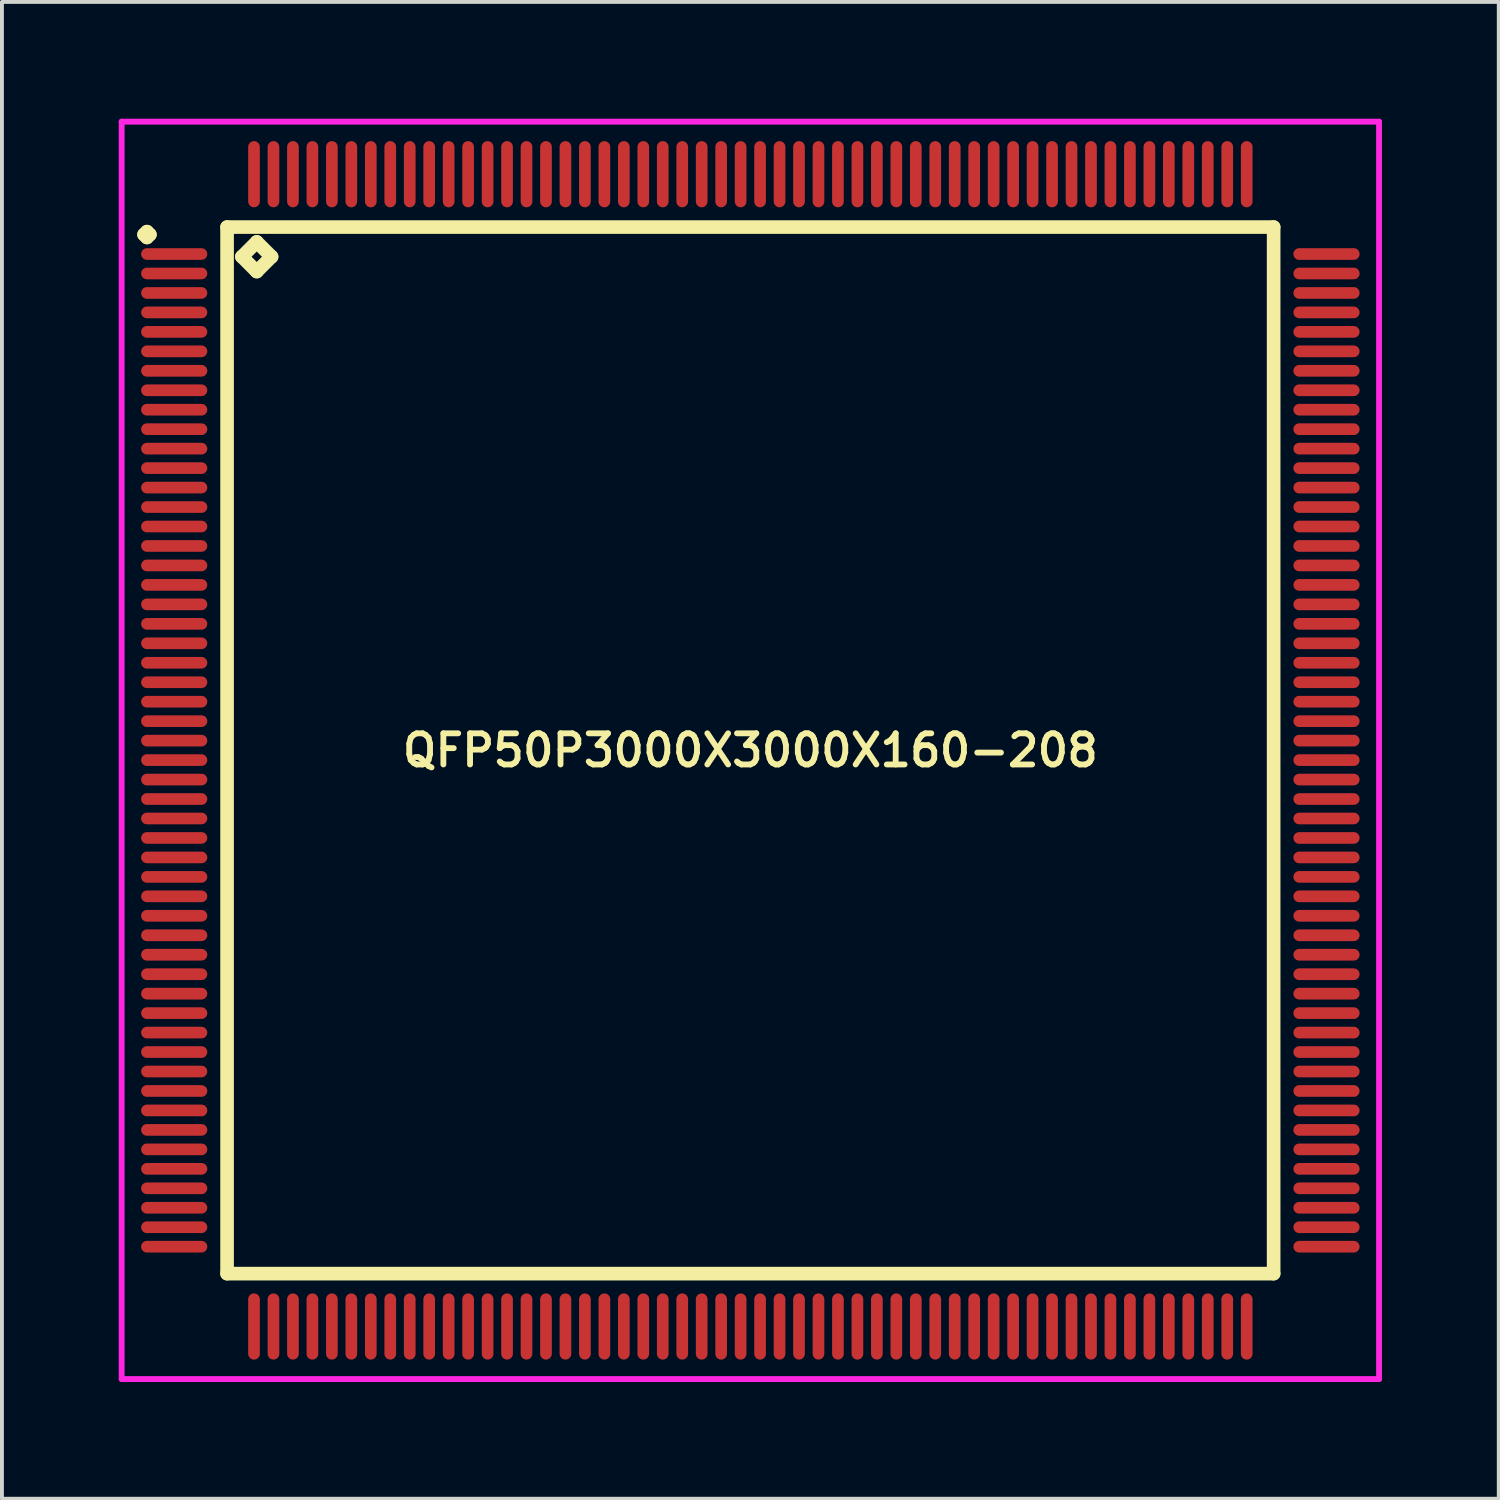
<source format=kicad_pcb>
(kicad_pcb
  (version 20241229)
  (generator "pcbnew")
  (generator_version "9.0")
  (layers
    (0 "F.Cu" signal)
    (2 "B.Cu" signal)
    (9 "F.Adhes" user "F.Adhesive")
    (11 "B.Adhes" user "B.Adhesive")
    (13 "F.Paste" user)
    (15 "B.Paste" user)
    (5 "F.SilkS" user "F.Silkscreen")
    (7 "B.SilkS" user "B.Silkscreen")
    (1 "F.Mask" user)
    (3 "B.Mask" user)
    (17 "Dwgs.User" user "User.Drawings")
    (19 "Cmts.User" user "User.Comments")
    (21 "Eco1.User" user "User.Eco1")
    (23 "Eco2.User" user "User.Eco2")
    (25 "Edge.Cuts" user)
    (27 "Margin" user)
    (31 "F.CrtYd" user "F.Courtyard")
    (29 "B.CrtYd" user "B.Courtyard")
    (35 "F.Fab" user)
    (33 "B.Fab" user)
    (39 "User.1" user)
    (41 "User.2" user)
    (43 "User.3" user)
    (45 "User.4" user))
  (footprint "QFP50P3000X3000X160-208"
    (layer "F.Cu")
    (at 16.225 16.225)
    (property "Reference" "QFP50P3000X3000X160-208" (at 0 0 0) (layer "F.SilkS") (effects (font (size 0.8 0.8) (thickness 0.15))))
    (attr through_hole)
    (fp_line (start -15.575 -13.25) (end -15.5 -13.325) (stroke (width 0.35) (type solid)) (layer "F.SilkS"))
    (fp_line (start -15.5 -13.325) (end -15.425 -13.25) (stroke (width 0.35) (type solid)) (layer "F.SilkS"))
    (fp_line (start -15.5 -13.175) (end -15.575 -13.25) (stroke (width 0.35) (type solid)) (layer "F.SilkS"))
    (fp_line (start -15.425 -13.25) (end -15.5 -13.175) (stroke (width 0.35) (type solid)) (layer "F.SilkS"))
    (fp_line (start -13.442 -13.442) (end -13.442 13.442) (stroke (width 0.35) (type solid)) (layer "F.SilkS"))
    (fp_line (start -13.442 13.442) (end 13.442 13.442) (stroke (width 0.35) (type solid)) (layer "F.SilkS"))
    (fp_line (start -13.061 -12.68) (end -12.68 -13.061) (stroke (width 0.35) (type solid)) (layer "F.SilkS"))
    (fp_line (start -12.68 -13.061) (end -12.299 -12.68) (stroke (width 0.35) (type solid)) (layer "F.SilkS"))
    (fp_line (start -12.68 -12.299) (end -13.061 -12.68) (stroke (width 0.35) (type solid)) (layer "F.SilkS"))
    (fp_line (start -12.299 -12.68) (end -12.68 -12.299) (stroke (width 0.35) (type solid)) (layer "F.SilkS"))
    (fp_line (start 13.442 -13.442) (end -13.442 -13.442) (stroke (width 0.35) (type solid)) (layer "F.SilkS"))
    (fp_line (start 13.442 13.442) (end 13.442 -13.442) (stroke (width 0.35) (type solid)) (layer "F.SilkS"))
    (fp_line (start -16.15 -16.15) (end 16.15 -16.15) (stroke (width 0.15) (type solid)) (layer "F.CrtYd"))
    (fp_line (start -16.15 16.15) (end -16.15 -16.15) (stroke (width 0.15) (type solid)) (layer "F.CrtYd"))
    (fp_line (start 16.15 -16.15) (end 16.15 16.15) (stroke (width 0.15) (type solid)) (layer "F.CrtYd"))
    (fp_line (start 16.15 16.15) (end -16.15 16.15) (stroke (width 0.15) (type solid)) (layer "F.CrtYd"))
    (pad "1" smd oval (at -14.8 -12.75) (size 1.7 0.3) (layers "F.Cu" "F.Mask" "F.Paste"))
    (pad "2" smd oval (at -14.8 -12.25) (size 1.7 0.3) (layers "F.Cu" "F.Mask" "F.Paste"))
    (pad "3" smd oval (at -14.8 -11.75) (size 1.7 0.3) (layers "F.Cu" "F.Mask" "F.Paste"))
    (pad "4" smd oval (at -14.8 -11.25) (size 1.7 0.3) (layers "F.Cu" "F.Mask" "F.Paste"))
    (pad "5" smd oval (at -14.8 -10.75) (size 1.7 0.3) (layers "F.Cu" "F.Mask" "F.Paste"))
    (pad "6" smd oval (at -14.8 -10.25) (size 1.7 0.3) (layers "F.Cu" "F.Mask" "F.Paste"))
    (pad "7" smd oval (at -14.8 -9.75) (size 1.7 0.3) (layers "F.Cu" "F.Mask" "F.Paste"))
    (pad "8" smd oval (at -14.8 -9.25) (size 1.7 0.3) (layers "F.Cu" "F.Mask" "F.Paste"))
    (pad "9" smd oval (at -14.8 -8.75) (size 1.7 0.3) (layers "F.Cu" "F.Mask" "F.Paste"))
    (pad "10" smd oval (at -14.8 -8.25) (size 1.7 0.3) (layers "F.Cu" "F.Mask" "F.Paste"))
    (pad "11" smd oval (at -14.8 -7.75) (size 1.7 0.3) (layers "F.Cu" "F.Mask" "F.Paste"))
    (pad "12" smd oval (at -14.8 -7.25) (size 1.7 0.3) (layers "F.Cu" "F.Mask" "F.Paste"))
    (pad "13" smd oval (at -14.8 -6.75) (size 1.7 0.3) (layers "F.Cu" "F.Mask" "F.Paste"))
    (pad "14" smd oval (at -14.8 -6.25) (size 1.7 0.3) (layers "F.Cu" "F.Mask" "F.Paste"))
    (pad "15" smd oval (at -14.8 -5.75) (size 1.7 0.3) (layers "F.Cu" "F.Mask" "F.Paste"))
    (pad "16" smd oval (at -14.8 -5.25) (size 1.7 0.3) (layers "F.Cu" "F.Mask" "F.Paste"))
    (pad "17" smd oval (at -14.8 -4.75) (size 1.7 0.3) (layers "F.Cu" "F.Mask" "F.Paste"))
    (pad "18" smd oval (at -14.8 -4.25) (size 1.7 0.3) (layers "F.Cu" "F.Mask" "F.Paste"))
    (pad "19" smd oval (at -14.8 -3.75) (size 1.7 0.3) (layers "F.Cu" "F.Mask" "F.Paste"))
    (pad "20" smd oval (at -14.8 -3.25) (size 1.7 0.3) (layers "F.Cu" "F.Mask" "F.Paste"))
    (pad "21" smd oval (at -14.8 -2.75) (size 1.7 0.3) (layers "F.Cu" "F.Mask" "F.Paste"))
    (pad "22" smd oval (at -14.8 -2.25) (size 1.7 0.3) (layers "F.Cu" "F.Mask" "F.Paste"))
    (pad "23" smd oval (at -14.8 -1.75) (size 1.7 0.3) (layers "F.Cu" "F.Mask" "F.Paste"))
    (pad "24" smd oval (at -14.8 -1.25) (size 1.7 0.3) (layers "F.Cu" "F.Mask" "F.Paste"))
    (pad "25" smd oval (at -14.8 -0.75) (size 1.7 0.3) (layers "F.Cu" "F.Mask" "F.Paste"))
    (pad "26" smd oval (at -14.8 -0.25) (size 1.7 0.3) (layers "F.Cu" "F.Mask" "F.Paste"))
    (pad "27" smd oval (at -14.8 0.25) (size 1.7 0.3) (layers "F.Cu" "F.Mask" "F.Paste"))
    (pad "28" smd oval (at -14.8 0.75) (size 1.7 0.3) (layers "F.Cu" "F.Mask" "F.Paste"))
    (pad "29" smd oval (at -14.8 1.25) (size 1.7 0.3) (layers "F.Cu" "F.Mask" "F.Paste"))
    (pad "30" smd oval (at -14.8 1.75) (size 1.7 0.3) (layers "F.Cu" "F.Mask" "F.Paste"))
    (pad "31" smd oval (at -14.8 2.25) (size 1.7 0.3) (layers "F.Cu" "F.Mask" "F.Paste"))
    (pad "32" smd oval (at -14.8 2.75) (size 1.7 0.3) (layers "F.Cu" "F.Mask" "F.Paste"))
    (pad "33" smd oval (at -14.8 3.25) (size 1.7 0.3) (layers "F.Cu" "F.Mask" "F.Paste"))
    (pad "34" smd oval (at -14.8 3.75) (size 1.7 0.3) (layers "F.Cu" "F.Mask" "F.Paste"))
    (pad "35" smd oval (at -14.8 4.25) (size 1.7 0.3) (layers "F.Cu" "F.Mask" "F.Paste"))
    (pad "36" smd oval (at -14.8 4.75) (size 1.7 0.3) (layers "F.Cu" "F.Mask" "F.Paste"))
    (pad "37" smd oval (at -14.8 5.25) (size 1.7 0.3) (layers "F.Cu" "F.Mask" "F.Paste"))
    (pad "38" smd oval (at -14.8 5.75) (size 1.7 0.3) (layers "F.Cu" "F.Mask" "F.Paste"))
    (pad "39" smd oval (at -14.8 6.25) (size 1.7 0.3) (layers "F.Cu" "F.Mask" "F.Paste"))
    (pad "40" smd oval (at -14.8 6.75) (size 1.7 0.3) (layers "F.Cu" "F.Mask" "F.Paste"))
    (pad "41" smd oval (at -14.8 7.25) (size 1.7 0.3) (layers "F.Cu" "F.Mask" "F.Paste"))
    (pad "42" smd oval (at -14.8 7.75) (size 1.7 0.3) (layers "F.Cu" "F.Mask" "F.Paste"))
    (pad "43" smd oval (at -14.8 8.25) (size 1.7 0.3) (layers "F.Cu" "F.Mask" "F.Paste"))
    (pad "44" smd oval (at -14.8 8.75) (size 1.7 0.3) (layers "F.Cu" "F.Mask" "F.Paste"))
    (pad "45" smd oval (at -14.8 9.25) (size 1.7 0.3) (layers "F.Cu" "F.Mask" "F.Paste"))
    (pad "46" smd oval (at -14.8 9.75) (size 1.7 0.3) (layers "F.Cu" "F.Mask" "F.Paste"))
    (pad "47" smd oval (at -14.8 10.25) (size 1.7 0.3) (layers "F.Cu" "F.Mask" "F.Paste"))
    (pad "48" smd oval (at -14.8 10.75) (size 1.7 0.3) (layers "F.Cu" "F.Mask" "F.Paste"))
    (pad "49" smd oval (at -14.8 11.25) (size 1.7 0.3) (layers "F.Cu" "F.Mask" "F.Paste"))
    (pad "50" smd oval (at -14.8 11.75) (size 1.7 0.3) (layers "F.Cu" "F.Mask" "F.Paste"))
    (pad "51" smd oval (at -14.8 12.25) (size 1.7 0.3) (layers "F.Cu" "F.Mask" "F.Paste"))
    (pad "52" smd oval (at -14.8 12.75) (size 1.7 0.3) (layers "F.Cu" "F.Mask" "F.Paste"))
    (pad "53" smd oval (at -12.75 14.8) (size 0.3 1.7) (layers "F.Cu" "F.Mask" "F.Paste"))
    (pad "54" smd oval (at -12.25 14.8) (size 0.3 1.7) (layers "F.Cu" "F.Mask" "F.Paste"))
    (pad "55" smd oval (at -11.75 14.8) (size 0.3 1.7) (layers "F.Cu" "F.Mask" "F.Paste"))
    (pad "56" smd oval (at -11.25 14.8) (size 0.3 1.7) (layers "F.Cu" "F.Mask" "F.Paste"))
    (pad "57" smd oval (at -10.75 14.8) (size 0.3 1.7) (layers "F.Cu" "F.Mask" "F.Paste"))
    (pad "58" smd oval (at -10.25 14.8) (size 0.3 1.7) (layers "F.Cu" "F.Mask" "F.Paste"))
    (pad "59" smd oval (at -9.75 14.8) (size 0.3 1.7) (layers "F.Cu" "F.Mask" "F.Paste"))
    (pad "60" smd oval (at -9.25 14.8) (size 0.3 1.7) (layers "F.Cu" "F.Mask" "F.Paste"))
    (pad "61" smd oval (at -8.75 14.8) (size 0.3 1.7) (layers "F.Cu" "F.Mask" "F.Paste"))
    (pad "62" smd oval (at -8.25 14.8) (size 0.3 1.7) (layers "F.Cu" "F.Mask" "F.Paste"))
    (pad "63" smd oval (at -7.75 14.8) (size 0.3 1.7) (layers "F.Cu" "F.Mask" "F.Paste"))
    (pad "64" smd oval (at -7.25 14.8) (size 0.3 1.7) (layers "F.Cu" "F.Mask" "F.Paste"))
    (pad "65" smd oval (at -6.75 14.8) (size 0.3 1.7) (layers "F.Cu" "F.Mask" "F.Paste"))
    (pad "66" smd oval (at -6.25 14.8) (size 0.3 1.7) (layers "F.Cu" "F.Mask" "F.Paste"))
    (pad "67" smd oval (at -5.75 14.8) (size 0.3 1.7) (layers "F.Cu" "F.Mask" "F.Paste"))
    (pad "68" smd oval (at -5.25 14.8) (size 0.3 1.7) (layers "F.Cu" "F.Mask" "F.Paste"))
    (pad "69" smd oval (at -4.75 14.8) (size 0.3 1.7) (layers "F.Cu" "F.Mask" "F.Paste"))
    (pad "70" smd oval (at -4.25 14.8) (size 0.3 1.7) (layers "F.Cu" "F.Mask" "F.Paste"))
    (pad "71" smd oval (at -3.75 14.8) (size 0.3 1.7) (layers "F.Cu" "F.Mask" "F.Paste"))
    (pad "72" smd oval (at -3.25 14.8) (size 0.3 1.7) (layers "F.Cu" "F.Mask" "F.Paste"))
    (pad "73" smd oval (at -2.75 14.8) (size 0.3 1.7) (layers "F.Cu" "F.Mask" "F.Paste"))
    (pad "74" smd oval (at -2.25 14.8) (size 0.3 1.7) (layers "F.Cu" "F.Mask" "F.Paste"))
    (pad "75" smd oval (at -1.75 14.8) (size 0.3 1.7) (layers "F.Cu" "F.Mask" "F.Paste"))
    (pad "76" smd oval (at -1.25 14.8) (size 0.3 1.7) (layers "F.Cu" "F.Mask" "F.Paste"))
    (pad "77" smd oval (at -0.75 14.8) (size 0.3 1.7) (layers "F.Cu" "F.Mask" "F.Paste"))
    (pad "78" smd oval (at -0.25 14.8) (size 0.3 1.7) (layers "F.Cu" "F.Mask" "F.Paste"))
    (pad "79" smd oval (at 0.25 14.8) (size 0.3 1.7) (layers "F.Cu" "F.Mask" "F.Paste"))
    (pad "80" smd oval (at 0.75 14.8) (size 0.3 1.7) (layers "F.Cu" "F.Mask" "F.Paste"))
    (pad "81" smd oval (at 1.25 14.8) (size 0.3 1.7) (layers "F.Cu" "F.Mask" "F.Paste"))
    (pad "82" smd oval (at 1.75 14.8) (size 0.3 1.7) (layers "F.Cu" "F.Mask" "F.Paste"))
    (pad "83" smd oval (at 2.25 14.8) (size 0.3 1.7) (layers "F.Cu" "F.Mask" "F.Paste"))
    (pad "84" smd oval (at 2.75 14.8) (size 0.3 1.7) (layers "F.Cu" "F.Mask" "F.Paste"))
    (pad "85" smd oval (at 3.25 14.8) (size 0.3 1.7) (layers "F.Cu" "F.Mask" "F.Paste"))
    (pad "86" smd oval (at 3.75 14.8) (size 0.3 1.7) (layers "F.Cu" "F.Mask" "F.Paste"))
    (pad "87" smd oval (at 4.25 14.8) (size 0.3 1.7) (layers "F.Cu" "F.Mask" "F.Paste"))
    (pad "88" smd oval (at 4.75 14.8) (size 0.3 1.7) (layers "F.Cu" "F.Mask" "F.Paste"))
    (pad "89" smd oval (at 5.25 14.8) (size 0.3 1.7) (layers "F.Cu" "F.Mask" "F.Paste"))
    (pad "90" smd oval (at 5.75 14.8) (size 0.3 1.7) (layers "F.Cu" "F.Mask" "F.Paste"))
    (pad "91" smd oval (at 6.25 14.8) (size 0.3 1.7) (layers "F.Cu" "F.Mask" "F.Paste"))
    (pad "92" smd oval (at 6.75 14.8) (size 0.3 1.7) (layers "F.Cu" "F.Mask" "F.Paste"))
    (pad "93" smd oval (at 7.25 14.8) (size 0.3 1.7) (layers "F.Cu" "F.Mask" "F.Paste"))
    (pad "94" smd oval (at 7.75 14.8) (size 0.3 1.7) (layers "F.Cu" "F.Mask" "F.Paste"))
    (pad "95" smd oval (at 8.25 14.8) (size 0.3 1.7) (layers "F.Cu" "F.Mask" "F.Paste"))
    (pad "96" smd oval (at 8.75 14.8) (size 0.3 1.7) (layers "F.Cu" "F.Mask" "F.Paste"))
    (pad "97" smd oval (at 9.25 14.8) (size 0.3 1.7) (layers "F.Cu" "F.Mask" "F.Paste"))
    (pad "98" smd oval (at 9.75 14.8) (size 0.3 1.7) (layers "F.Cu" "F.Mask" "F.Paste"))
    (pad "99" smd oval (at 10.25 14.8) (size 0.3 1.7) (layers "F.Cu" "F.Mask" "F.Paste"))
    (pad "100" smd oval (at 10.75 14.8) (size 0.3 1.7) (layers "F.Cu" "F.Mask" "F.Paste"))
    (pad "101" smd oval (at 11.25 14.8) (size 0.3 1.7) (layers "F.Cu" "F.Mask" "F.Paste"))
    (pad "102" smd oval (at 11.75 14.8) (size 0.3 1.7) (layers "F.Cu" "F.Mask" "F.Paste"))
    (pad "103" smd oval (at 12.25 14.8) (size 0.3 1.7) (layers "F.Cu" "F.Mask" "F.Paste"))
    (pad "104" smd oval (at 12.75 14.8) (size 0.3 1.7) (layers "F.Cu" "F.Mask" "F.Paste"))
    (pad "105" smd oval (at 14.8 12.75) (size 1.7 0.3) (layers "F.Cu" "F.Mask" "F.Paste"))
    (pad "106" smd oval (at 14.8 12.25) (size 1.7 0.3) (layers "F.Cu" "F.Mask" "F.Paste"))
    (pad "107" smd oval (at 14.8 11.75) (size 1.7 0.3) (layers "F.Cu" "F.Mask" "F.Paste"))
    (pad "108" smd oval (at 14.8 11.25) (size 1.7 0.3) (layers "F.Cu" "F.Mask" "F.Paste"))
    (pad "109" smd oval (at 14.8 10.75) (size 1.7 0.3) (layers "F.Cu" "F.Mask" "F.Paste"))
    (pad "110" smd oval (at 14.8 10.25) (size 1.7 0.3) (layers "F.Cu" "F.Mask" "F.Paste"))
    (pad "111" smd oval (at 14.8 9.75) (size 1.7 0.3) (layers "F.Cu" "F.Mask" "F.Paste"))
    (pad "112" smd oval (at 14.8 9.25) (size 1.7 0.3) (layers "F.Cu" "F.Mask" "F.Paste"))
    (pad "113" smd oval (at 14.8 8.75) (size 1.7 0.3) (layers "F.Cu" "F.Mask" "F.Paste"))
    (pad "114" smd oval (at 14.8 8.25) (size 1.7 0.3) (layers "F.Cu" "F.Mask" "F.Paste"))
    (pad "115" smd oval (at 14.8 7.75) (size 1.7 0.3) (layers "F.Cu" "F.Mask" "F.Paste"))
    (pad "116" smd oval (at 14.8 7.25) (size 1.7 0.3) (layers "F.Cu" "F.Mask" "F.Paste"))
    (pad "117" smd oval (at 14.8 6.75) (size 1.7 0.3) (layers "F.Cu" "F.Mask" "F.Paste"))
    (pad "118" smd oval (at 14.8 6.25) (size 1.7 0.3) (layers "F.Cu" "F.Mask" "F.Paste"))
    (pad "119" smd oval (at 14.8 5.75) (size 1.7 0.3) (layers "F.Cu" "F.Mask" "F.Paste"))
    (pad "120" smd oval (at 14.8 5.25) (size 1.7 0.3) (layers "F.Cu" "F.Mask" "F.Paste"))
    (pad "121" smd oval (at 14.8 4.75) (size 1.7 0.3) (layers "F.Cu" "F.Mask" "F.Paste"))
    (pad "122" smd oval (at 14.8 4.25) (size 1.7 0.3) (layers "F.Cu" "F.Mask" "F.Paste"))
    (pad "123" smd oval (at 14.8 3.75) (size 1.7 0.3) (layers "F.Cu" "F.Mask" "F.Paste"))
    (pad "124" smd oval (at 14.8 3.25) (size 1.7 0.3) (layers "F.Cu" "F.Mask" "F.Paste"))
    (pad "125" smd oval (at 14.8 2.75) (size 1.7 0.3) (layers "F.Cu" "F.Mask" "F.Paste"))
    (pad "126" smd oval (at 14.8 2.25) (size 1.7 0.3) (layers "F.Cu" "F.Mask" "F.Paste"))
    (pad "127" smd oval (at 14.8 1.75) (size 1.7 0.3) (layers "F.Cu" "F.Mask" "F.Paste"))
    (pad "128" smd oval (at 14.8 1.25) (size 1.7 0.3) (layers "F.Cu" "F.Mask" "F.Paste"))
    (pad "129" smd oval (at 14.8 0.75) (size 1.7 0.3) (layers "F.Cu" "F.Mask" "F.Paste"))
    (pad "130" smd oval (at 14.8 0.25) (size 1.7 0.3) (layers "F.Cu" "F.Mask" "F.Paste"))
    (pad "131" smd oval (at 14.8 -0.25) (size 1.7 0.3) (layers "F.Cu" "F.Mask" "F.Paste"))
    (pad "132" smd oval (at 14.8 -0.75) (size 1.7 0.3) (layers "F.Cu" "F.Mask" "F.Paste"))
    (pad "133" smd oval (at 14.8 -1.25) (size 1.7 0.3) (layers "F.Cu" "F.Mask" "F.Paste"))
    (pad "134" smd oval (at 14.8 -1.75) (size 1.7 0.3) (layers "F.Cu" "F.Mask" "F.Paste"))
    (pad "135" smd oval (at 14.8 -2.25) (size 1.7 0.3) (layers "F.Cu" "F.Mask" "F.Paste"))
    (pad "136" smd oval (at 14.8 -2.75) (size 1.7 0.3) (layers "F.Cu" "F.Mask" "F.Paste"))
    (pad "137" smd oval (at 14.8 -3.25) (size 1.7 0.3) (layers "F.Cu" "F.Mask" "F.Paste"))
    (pad "138" smd oval (at 14.8 -3.75) (size 1.7 0.3) (layers "F.Cu" "F.Mask" "F.Paste"))
    (pad "139" smd oval (at 14.8 -4.25) (size 1.7 0.3) (layers "F.Cu" "F.Mask" "F.Paste"))
    (pad "140" smd oval (at 14.8 -4.75) (size 1.7 0.3) (layers "F.Cu" "F.Mask" "F.Paste"))
    (pad "141" smd oval (at 14.8 -5.25) (size 1.7 0.3) (layers "F.Cu" "F.Mask" "F.Paste"))
    (pad "142" smd oval (at 14.8 -5.75) (size 1.7 0.3) (layers "F.Cu" "F.Mask" "F.Paste"))
    (pad "143" smd oval (at 14.8 -6.25) (size 1.7 0.3) (layers "F.Cu" "F.Mask" "F.Paste"))
    (pad "144" smd oval (at 14.8 -6.75) (size 1.7 0.3) (layers "F.Cu" "F.Mask" "F.Paste"))
    (pad "145" smd oval (at 14.8 -7.25) (size 1.7 0.3) (layers "F.Cu" "F.Mask" "F.Paste"))
    (pad "146" smd oval (at 14.8 -7.75) (size 1.7 0.3) (layers "F.Cu" "F.Mask" "F.Paste"))
    (pad "147" smd oval (at 14.8 -8.25) (size 1.7 0.3) (layers "F.Cu" "F.Mask" "F.Paste"))
    (pad "148" smd oval (at 14.8 -8.75) (size 1.7 0.3) (layers "F.Cu" "F.Mask" "F.Paste"))
    (pad "149" smd oval (at 14.8 -9.25) (size 1.7 0.3) (layers "F.Cu" "F.Mask" "F.Paste"))
    (pad "150" smd oval (at 14.8 -9.75) (size 1.7 0.3) (layers "F.Cu" "F.Mask" "F.Paste"))
    (pad "151" smd oval (at 14.8 -10.25) (size 1.7 0.3) (layers "F.Cu" "F.Mask" "F.Paste"))
    (pad "152" smd oval (at 14.8 -10.75) (size 1.7 0.3) (layers "F.Cu" "F.Mask" "F.Paste"))
    (pad "153" smd oval (at 14.8 -11.25) (size 1.7 0.3) (layers "F.Cu" "F.Mask" "F.Paste"))
    (pad "154" smd oval (at 14.8 -11.75) (size 1.7 0.3) (layers "F.Cu" "F.Mask" "F.Paste"))
    (pad "155" smd oval (at 14.8 -12.25) (size 1.7 0.3) (layers "F.Cu" "F.Mask" "F.Paste"))
    (pad "156" smd oval (at 14.8 -12.75) (size 1.7 0.3) (layers "F.Cu" "F.Mask" "F.Paste"))
    (pad "157" smd oval (at 12.75 -14.8) (size 0.3 1.7) (layers "F.Cu" "F.Mask" "F.Paste"))
    (pad "158" smd oval (at 12.25 -14.8) (size 0.3 1.7) (layers "F.Cu" "F.Mask" "F.Paste"))
    (pad "159" smd oval (at 11.75 -14.8) (size 0.3 1.7) (layers "F.Cu" "F.Mask" "F.Paste"))
    (pad "160" smd oval (at 11.25 -14.8) (size 0.3 1.7) (layers "F.Cu" "F.Mask" "F.Paste"))
    (pad "161" smd oval (at 10.75 -14.8) (size 0.3 1.7) (layers "F.Cu" "F.Mask" "F.Paste"))
    (pad "162" smd oval (at 10.25 -14.8) (size 0.3 1.7) (layers "F.Cu" "F.Mask" "F.Paste"))
    (pad "163" smd oval (at 9.75 -14.8) (size 0.3 1.7) (layers "F.Cu" "F.Mask" "F.Paste"))
    (pad "164" smd oval (at 9.25 -14.8) (size 0.3 1.7) (layers "F.Cu" "F.Mask" "F.Paste"))
    (pad "165" smd oval (at 8.75 -14.8) (size 0.3 1.7) (layers "F.Cu" "F.Mask" "F.Paste"))
    (pad "166" smd oval (at 8.25 -14.8) (size 0.3 1.7) (layers "F.Cu" "F.Mask" "F.Paste"))
    (pad "167" smd oval (at 7.75 -14.8) (size 0.3 1.7) (layers "F.Cu" "F.Mask" "F.Paste"))
    (pad "168" smd oval (at 7.25 -14.8) (size 0.3 1.7) (layers "F.Cu" "F.Mask" "F.Paste"))
    (pad "169" smd oval (at 6.75 -14.8) (size 0.3 1.7) (layers "F.Cu" "F.Mask" "F.Paste"))
    (pad "170" smd oval (at 6.25 -14.8) (size 0.3 1.7) (layers "F.Cu" "F.Mask" "F.Paste"))
    (pad "171" smd oval (at 5.75 -14.8) (size 0.3 1.7) (layers "F.Cu" "F.Mask" "F.Paste"))
    (pad "172" smd oval (at 5.25 -14.8) (size 0.3 1.7) (layers "F.Cu" "F.Mask" "F.Paste"))
    (pad "173" smd oval (at 4.75 -14.8) (size 0.3 1.7) (layers "F.Cu" "F.Mask" "F.Paste"))
    (pad "174" smd oval (at 4.25 -14.8) (size 0.3 1.7) (layers "F.Cu" "F.Mask" "F.Paste"))
    (pad "175" smd oval (at 3.75 -14.8) (size 0.3 1.7) (layers "F.Cu" "F.Mask" "F.Paste"))
    (pad "176" smd oval (at 3.25 -14.8) (size 0.3 1.7) (layers "F.Cu" "F.Mask" "F.Paste"))
    (pad "177" smd oval (at 2.75 -14.8) (size 0.3 1.7) (layers "F.Cu" "F.Mask" "F.Paste"))
    (pad "178" smd oval (at 2.25 -14.8) (size 0.3 1.7) (layers "F.Cu" "F.Mask" "F.Paste"))
    (pad "179" smd oval (at 1.75 -14.8) (size 0.3 1.7) (layers "F.Cu" "F.Mask" "F.Paste"))
    (pad "180" smd oval (at 1.25 -14.8) (size 0.3 1.7) (layers "F.Cu" "F.Mask" "F.Paste"))
    (pad "181" smd oval (at 0.75 -14.8) (size 0.3 1.7) (layers "F.Cu" "F.Mask" "F.Paste"))
    (pad "182" smd oval (at 0.25 -14.8) (size 0.3 1.7) (layers "F.Cu" "F.Mask" "F.Paste"))
    (pad "183" smd oval (at -0.25 -14.8) (size 0.3 1.7) (layers "F.Cu" "F.Mask" "F.Paste"))
    (pad "184" smd oval (at -0.75 -14.8) (size 0.3 1.7) (layers "F.Cu" "F.Mask" "F.Paste"))
    (pad "185" smd oval (at -1.25 -14.8) (size 0.3 1.7) (layers "F.Cu" "F.Mask" "F.Paste"))
    (pad "186" smd oval (at -1.75 -14.8) (size 0.3 1.7) (layers "F.Cu" "F.Mask" "F.Paste"))
    (pad "187" smd oval (at -2.25 -14.8) (size 0.3 1.7) (layers "F.Cu" "F.Mask" "F.Paste"))
    (pad "188" smd oval (at -2.75 -14.8) (size 0.3 1.7) (layers "F.Cu" "F.Mask" "F.Paste"))
    (pad "189" smd oval (at -3.25 -14.8) (size 0.3 1.7) (layers "F.Cu" "F.Mask" "F.Paste"))
    (pad "190" smd oval (at -3.75 -14.8) (size 0.3 1.7) (layers "F.Cu" "F.Mask" "F.Paste"))
    (pad "191" smd oval (at -4.25 -14.8) (size 0.3 1.7) (layers "F.Cu" "F.Mask" "F.Paste"))
    (pad "192" smd oval (at -4.75 -14.8) (size 0.3 1.7) (layers "F.Cu" "F.Mask" "F.Paste"))
    (pad "193" smd oval (at -5.25 -14.8) (size 0.3 1.7) (layers "F.Cu" "F.Mask" "F.Paste"))
    (pad "194" smd oval (at -5.75 -14.8) (size 0.3 1.7) (layers "F.Cu" "F.Mask" "F.Paste"))
    (pad "195" smd oval (at -6.25 -14.8) (size 0.3 1.7) (layers "F.Cu" "F.Mask" "F.Paste"))
    (pad "196" smd oval (at -6.75 -14.8) (size 0.3 1.7) (layers "F.Cu" "F.Mask" "F.Paste"))
    (pad "197" smd oval (at -7.25 -14.8) (size 0.3 1.7) (layers "F.Cu" "F.Mask" "F.Paste"))
    (pad "198" smd oval (at -7.75 -14.8) (size 0.3 1.7) (layers "F.Cu" "F.Mask" "F.Paste"))
    (pad "199" smd oval (at -8.25 -14.8) (size 0.3 1.7) (layers "F.Cu" "F.Mask" "F.Paste"))
    (pad "200" smd oval (at -8.75 -14.8) (size 0.3 1.7) (layers "F.Cu" "F.Mask" "F.Paste"))
    (pad "201" smd oval (at -9.25 -14.8) (size 0.3 1.7) (layers "F.Cu" "F.Mask" "F.Paste"))
    (pad "202" smd oval (at -9.75 -14.8) (size 0.3 1.7) (layers "F.Cu" "F.Mask" "F.Paste"))
    (pad "203" smd oval (at -10.25 -14.8) (size 0.3 1.7) (layers "F.Cu" "F.Mask" "F.Paste"))
    (pad "204" smd oval (at -10.75 -14.8) (size 0.3 1.7) (layers "F.Cu" "F.Mask" "F.Paste"))
    (pad "205" smd oval (at -11.25 -14.8) (size 0.3 1.7) (layers "F.Cu" "F.Mask" "F.Paste"))
    (pad "206" smd oval (at -11.75 -14.8) (size 0.3 1.7) (layers "F.Cu" "F.Mask" "F.Paste"))
    (pad "207" smd oval (at -12.25 -14.8) (size 0.3 1.7) (layers "F.Cu" "F.Mask" "F.Paste"))
    (pad "208" smd oval (at -12.75 -14.8) (size 0.3 1.7) (layers "F.Cu" "F.Mask" "F.Paste")))
  (gr_rect
    (start -3 -3)
    (end 35.45 35.45)
    (stroke (width 0.1) (type default))
    (fill no)
    (layer "Edge.Cuts")))
</source>
